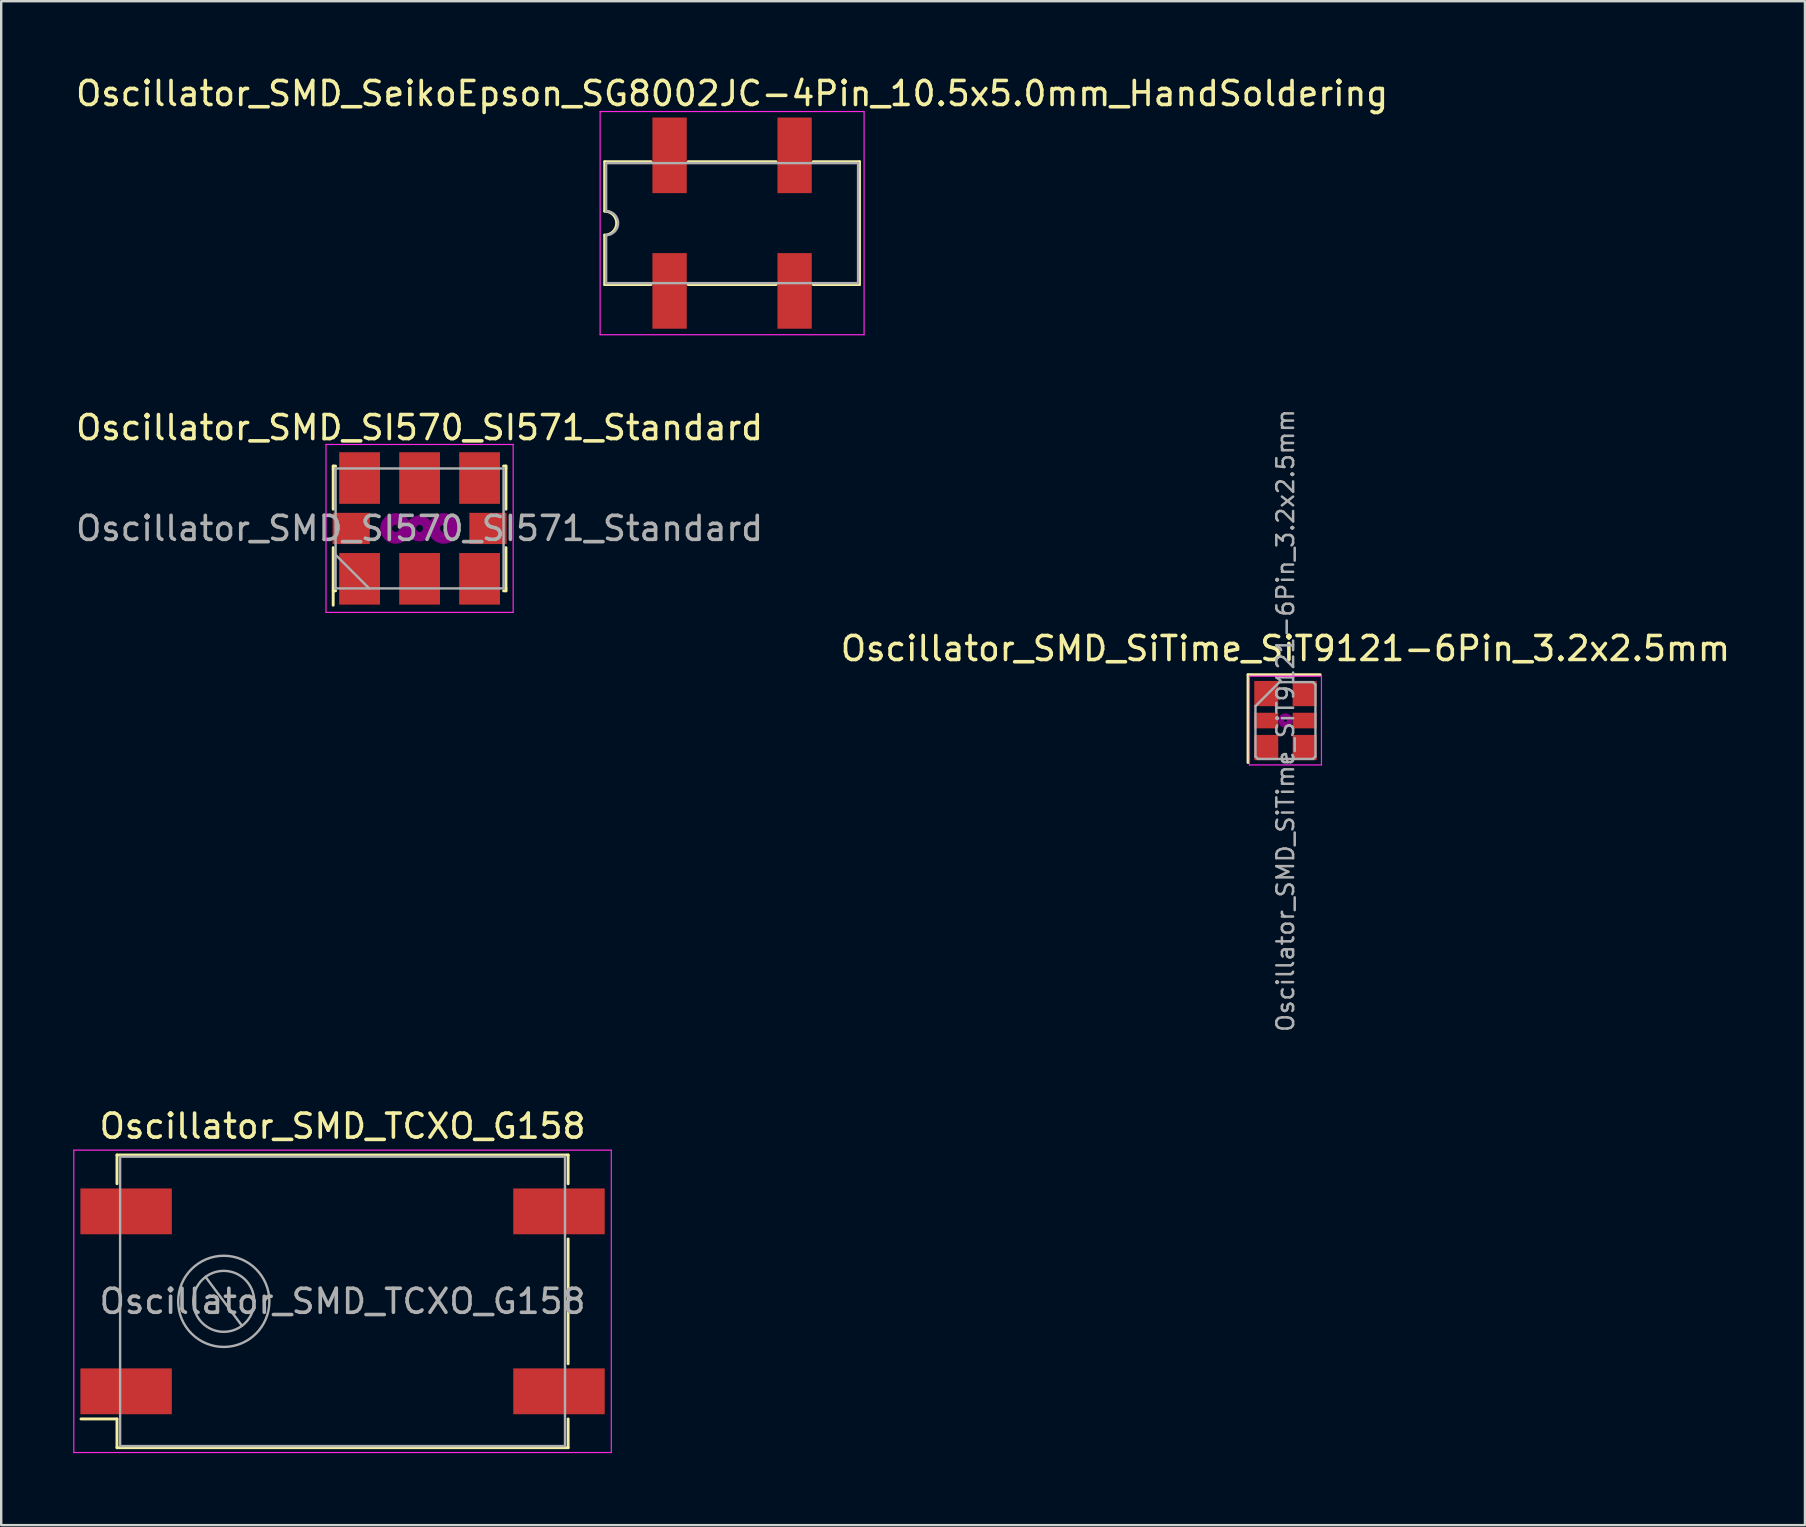
<source format=kicad_pcb>
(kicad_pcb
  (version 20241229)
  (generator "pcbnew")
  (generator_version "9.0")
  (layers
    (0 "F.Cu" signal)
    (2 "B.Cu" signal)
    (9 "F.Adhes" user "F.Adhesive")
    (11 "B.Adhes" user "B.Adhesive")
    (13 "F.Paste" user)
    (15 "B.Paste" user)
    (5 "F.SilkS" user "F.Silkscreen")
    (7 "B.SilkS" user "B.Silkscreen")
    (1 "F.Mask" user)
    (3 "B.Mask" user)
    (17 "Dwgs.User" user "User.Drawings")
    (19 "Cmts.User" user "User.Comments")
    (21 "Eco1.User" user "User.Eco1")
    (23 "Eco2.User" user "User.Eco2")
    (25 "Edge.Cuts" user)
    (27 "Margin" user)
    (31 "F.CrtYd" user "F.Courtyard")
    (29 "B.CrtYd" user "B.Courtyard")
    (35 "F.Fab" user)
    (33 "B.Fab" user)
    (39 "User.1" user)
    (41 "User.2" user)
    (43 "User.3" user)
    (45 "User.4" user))
  (footprint "Oscillator_SMD_TCXO_G158"
    (layer "F.Cu")
    (at 11.225 51.18)
    (property "Reference" "Oscillator_SMD_TCXO_G158" (at 0 -7.3 0) (layer "F.SilkS") (effects (font (size 1 1) (thickness 0.15))))
    (attr smd)
    (fp_line (start -10.9 4.9) (end -9.4 4.9) (stroke (width 0.12) (type solid)) (layer "F.SilkS"))
    (fp_line (start -9.4 -6.1) (end -9.4 -4.9) (stroke (width 0.12) (type solid)) (layer "F.SilkS"))
    (fp_line (start -9.4 4.9) (end -9.4 6.1) (stroke (width 0.12) (type solid)) (layer "F.SilkS"))
    (fp_line (start -9.4 6.1) (end 9.4 6.1) (stroke (width 0.12) (type solid)) (layer "F.SilkS"))
    (fp_line (start 9.4 -6.1) (end -9.4 -6.1) (stroke (width 0.12) (type solid)) (layer "F.SilkS"))
    (fp_line (start 9.4 -4.9) (end 9.4 -6.1) (stroke (width 0.12) (type solid)) (layer "F.SilkS"))
    (fp_line (start 9.4 2.6) (end 9.4 -2.6) (stroke (width 0.12) (type solid)) (layer "F.SilkS"))
    (fp_line (start 9.4 6.1) (end 9.4 4.9) (stroke (width 0.12) (type solid)) (layer "F.SilkS"))
    (fp_line (start -11.2 -6.3) (end -11.2 6.3) (stroke (width 0.05) (type solid)) (layer "F.CrtYd"))
    (fp_line (start -11.2 6.3) (end 11.2 6.3) (stroke (width 0.05) (type solid)) (layer "F.CrtYd"))
    (fp_line (start 11.2 -6.3) (end -11.2 -6.3) (stroke (width 0.05) (type solid)) (layer "F.CrtYd"))
    (fp_line (start 11.2 6.3) (end 11.2 -6.3) (stroke (width 0.05) (type solid)) (layer "F.CrtYd"))
    (fp_line (start -9.27 -6.03) (end 9.27 -6.03) (stroke (width 0.1) (type solid)) (layer "F.Fab"))
    (fp_line (start -9.27 5.97) (end -9.27 -5.97) (stroke (width 0.1) (type solid)) (layer "F.Fab"))
    (fp_line (start -5.71 -1.02) (end -4.19 1.02) (stroke (width 0.1) (type solid)) (layer "F.Fab"))
    (fp_line (start 9.27 -5.97) (end 9.27 5.97) (stroke (width 0.1) (type solid)) (layer "F.Fab"))
    (fp_line (start 9.27 6.03) (end -9.27 6.03) (stroke (width 0.1) (type solid)) (layer "F.Fab"))
    (fp_circle (center -4.95 0) (end -3.68 0) (stroke (width 0.1) (type solid)) (fill no) (layer "F.Fab"))
    (fp_circle (center -4.95 0) (end -3.05 0) (stroke (width 0.1) (type solid)) (fill no) (layer "F.Fab"))
    (fp_text user "${REFERENCE}" (at 0 0 0) (layer "F.Fab") (effects (font (size 1 1) (thickness 0.15))))
    (pad "1" smd rect (at -9.02 3.75) (size 3.81 1.91) (layers "F.Cu" "F.Mask" "F.Paste"))
    (pad "2" smd rect (at 9.02 3.75) (size 3.81 1.91) (layers "F.Cu" "F.Mask" "F.Paste"))
    (pad "3" smd rect (at 9.02 -3.75) (size 3.81 1.91) (layers "F.Cu" "F.Mask" "F.Paste"))
    (pad "4" smd rect (at -9.02 -3.75) (size 3.81 1.91) (layers "F.Cu" "F.Mask" "F.Paste")))
  (footprint "Oscillator_SMD_SeikoEpson_SG8002JC-4Pin_10.5x5.0mm_HandSoldering"
    (layer "F.Cu")
    (at 27.458 6.248)
    (property "Reference" "Oscillator_SMD_SeikoEpson_SG8002JC-4Pin_10.5x5.0mm_HandSoldering" (at 0 -5.4 0) (layer "F.SilkS") (effects (font (size 1 1) (thickness 0.15))))
    (attr smd)
    (fp_line (start -5.31 -2.56) (end -3.38 -2.56) (stroke (width 0.12) (type solid)) (layer "F.SilkS"))
    (fp_line (start -5.31 -0.5) (end -5.31 -2.56) (stroke (width 0.12) (type solid)) (layer "F.SilkS"))
    (fp_line (start -5.31 2.56) (end -5.31 0.5) (stroke (width 0.12) (type solid)) (layer "F.SilkS"))
    (fp_line (start -5.31 2.56) (end -3.38 2.56) (stroke (width 0.12) (type solid)) (layer "F.SilkS"))
    (fp_line (start -1.83 -2.56) (end 1.83 -2.56) (stroke (width 0.12) (type solid)) (layer "F.SilkS"))
    (fp_line (start 1.83 2.56) (end -1.83 2.56) (stroke (width 0.12) (type solid)) (layer "F.SilkS"))
    (fp_line (start 3.38 -2.56) (end 5.31 -2.56) (stroke (width 0.12) (type solid)) (layer "F.SilkS"))
    (fp_line (start 5.31 -2.56) (end 5.31 2.56) (stroke (width 0.12) (type solid)) (layer "F.SilkS"))
    (fp_line (start 5.31 2.56) (end 3.38 2.56) (stroke (width 0.12) (type solid)) (layer "F.SilkS"))
    (fp_arc (start -5.31 -0.5) (mid -4.81 0) (end -5.31 0.5) (stroke (width 0.12) (type solid)) (layer "F.SilkS"))
    (fp_line (start -5.5 -4.65) (end -5.5 4.65) (stroke (width 0.05) (type solid)) (layer "F.CrtYd"))
    (fp_line (start -5.5 4.65) (end 5.5 4.65) (stroke (width 0.05) (type solid)) (layer "F.CrtYd"))
    (fp_line (start 5.5 -4.65) (end -5.5 -4.65) (stroke (width 0.05) (type solid)) (layer "F.CrtYd"))
    (fp_line (start 5.5 4.65) (end 5.5 -4.65) (stroke (width 0.05) (type solid)) (layer "F.CrtYd"))
    (fp_line (start -5.25 -2.5) (end 5.25 -2.5) (stroke (width 0.1) (type solid)) (layer "F.Fab"))
    (fp_line (start -5.25 -0.5) (end -5.25 -2.5) (stroke (width 0.1) (type solid)) (layer "F.Fab"))
    (fp_line (start -5.25 2.5) (end -5.25 0.5) (stroke (width 0.1) (type solid)) (layer "F.Fab"))
    (fp_line (start 5.25 -2.5) (end 5.25 2.5) (stroke (width 0.1) (type solid)) (layer "F.Fab"))
    (fp_line (start 5.25 2.5) (end -5.25 2.5) (stroke (width 0.1) (type solid)) (layer "F.Fab"))
    (fp_arc (start -5.25 -0.5) (mid -4.75 0) (end -5.25 0.5) (stroke (width 0.1) (type solid)) (layer "F.Fab"))
    (pad "1" smd rect (at -2.605 2.825) (size 1.43 3.15) (layers "F.Cu" "F.Mask"))
    (pad "2" smd rect (at 2.605 2.825) (size 1.43 3.15) (layers "F.Cu" "F.Mask"))
    (pad "3" smd rect (at 2.605 -2.825) (size 1.43 3.15) (layers "F.Cu" "F.Mask"))
    (pad "4" smd rect (at -2.605 -2.825) (size 1.43 3.15) (layers "F.Cu" "F.Mask")))
  (footprint "Oscillator_SMD_SI570_SI571_Standard"
    (layer "F.Cu")
    (at 14.435 18.971)
    (property "Reference" "Oscillator_SMD_SI570_SI571_Standard" (at 0 -4.2 0) (layer "F.SilkS") (effects (font (size 1 1) (thickness 0.15))))
    (attr smd)
    (fp_line (start -3.6 -2.6) (end -3.5 -2.6) (stroke (width 0.12) (type solid)) (layer "F.SilkS"))
    (fp_line (start -3.6 -2.5) (end -3.6 -2.6) (stroke (width 0.12) (type solid)) (layer "F.SilkS"))
    (fp_line (start -3.6 -2.5) (end -3.6 -0.8) (stroke (width 0.12) (type solid)) (layer "F.SilkS"))
    (fp_line (start -3.6 0.8) (end -3.6 3.2) (stroke (width 0.12) (type solid)) (layer "F.SilkS"))
    (fp_line (start -3.6 2.6) (end -3.5 2.6) (stroke (width 0.12) (type solid)) (layer "F.SilkS"))
    (fp_line (start 3.6 -2.6) (end 3.5 -2.6) (stroke (width 0.12) (type solid)) (layer "F.SilkS"))
    (fp_line (start 3.6 -2.5) (end 3.6 -2.6) (stroke (width 0.12) (type solid)) (layer "F.SilkS"))
    (fp_line (start 3.6 -0.8) (end 3.6 -2.5) (stroke (width 0.12) (type solid)) (layer "F.SilkS"))
    (fp_line (start 3.6 2.5) (end 3.6 0.8) (stroke (width 0.12) (type solid)) (layer "F.SilkS"))
    (fp_line (start 3.6 2.5) (end 3.6 2.6) (stroke (width 0.12) (type solid)) (layer "F.SilkS"))
    (fp_line (start 3.6 2.6) (end 3.5 2.6) (stroke (width 0.12) (type solid)) (layer "F.SilkS"))
    (fp_circle (center -1 0) (end -0.85 0) (stroke (width 0.38) (type solid)) (fill no) (layer "F.Adhes"))
    (fp_circle (center -1 0) (end -0.55 0) (stroke (width 0.38) (type solid)) (fill no) (layer "F.Adhes"))
    (fp_circle (center 0 0) (end 0.15 0) (stroke (width 0.38) (type solid)) (fill no) (layer "F.Adhes"))
    (fp_circle (center 0 0) (end 0.35 0) (stroke (width 0.38) (type solid)) (fill no) (layer "F.Adhes"))
    (fp_circle (center 1 0) (end 0.55 0) (stroke (width 0.38) (type solid)) (fill no) (layer "F.Adhes"))
    (fp_circle (center 1 0) (end 0.85 0) (stroke (width 0.38) (type solid)) (fill no) (layer "F.Adhes"))
    (fp_line (start -3.9 -3.5) (end 3.9 -3.5) (stroke (width 0.05) (type solid)) (layer "F.CrtYd"))
    (fp_line (start -3.9 3.5) (end -3.9 -3.5) (stroke (width 0.05) (type solid)) (layer "F.CrtYd"))
    (fp_line (start 3.9 -3.5) (end 3.9 3.5) (stroke (width 0.05) (type solid)) (layer "F.CrtYd"))
    (fp_line (start 3.9 3.5) (end -3.9 3.5) (stroke (width 0.05) (type solid)) (layer "F.CrtYd"))
    (fp_line (start -3.5 -2.5) (end -3.5 2.5) (stroke (width 0.1) (type solid)) (layer "F.Fab"))
    (fp_line (start -3.5 1.1) (end -2.1 2.5) (stroke (width 0.1) (type solid)) (layer "F.Fab"))
    (fp_line (start -3.5 2.5) (end 3.5 2.5) (stroke (width 0.1) (type solid)) (layer "F.Fab"))
    (fp_line (start 3.5 -2.5) (end -3.5 -2.5) (stroke (width 0.1) (type solid)) (layer "F.Fab"))
    (fp_line (start 3.5 2.5) (end 3.5 -2.5) (stroke (width 0.1) (type solid)) (layer "F.Fab"))
    (fp_text user "${REFERENCE}" (at 0 0 0) (layer "F.Fab") (effects (font (size 1 1) (thickness 0.15))))
    (pad "1" smd rect (at -2.5 2.1) (size 1.7 2.15) (layers "F.Cu" "F.Mask" "F.Paste"))
    (pad "2" smd rect (at 0 2.1) (size 1.7 2.15) (layers "F.Cu" "F.Mask" "F.Paste"))
    (pad "3" smd rect (at 2.5 2.1) (size 1.7 2.15) (layers "F.Cu" "F.Mask" "F.Paste"))
    (pad "4" smd rect (at 2.5 -2.1) (size 1.7 2.15) (layers "F.Cu" "F.Mask" "F.Paste"))
    (pad "5" smd rect (at 0 -2.1) (size 1.7 2.15) (layers "F.Cu" "F.Mask" "F.Paste"))
    (pad "6" smd rect (at -2.5 -2.1) (size 1.7 2.15) (layers "F.Cu" "F.Mask" "F.Paste"))
    (pad "7" smd rect (at -2.85 0) (size 1.55 1.3) (layers "F.Cu" "F.Mask" "F.Paste"))
    (pad "8" smd rect (at 2.85 0) (size 1.55 1.3) (layers "F.Cu" "F.Mask" "F.Paste")))
  (footprint "Oscillator_SMD_SiTime_SiT9121-6Pin_3.2x2.5mm"
    (layer "F.Cu")
    (at 50.518 26.977)
    (property "Reference" "Oscillator_SMD_SiTime_SiT9121-6Pin_3.2x2.5mm" (at 0 -3 0) (layer "F.SilkS") (effects (font (size 1 1) (thickness 0.15))))
    (attr smd)
    (fp_line (start -1.56 -1.91) (end -1.56 1.75) (stroke (width 0.12) (type solid)) (layer "F.SilkS"))
    (fp_line (start 1.45 -1.91) (end -1.56 -1.91) (stroke (width 0.12) (type solid)) (layer "F.SilkS"))
    (fp_circle (center 0 0) (end 0 0.058) (stroke (width 0.117) (type solid)) (fill no) (layer "F.Adhes"))
    (fp_circle (center 0 0) (end 0 0.133) (stroke (width 0.083) (type solid)) (fill no) (layer "F.Adhes"))
    (fp_circle (center 0 0) (end 0 0.208) (stroke (width 0.083) (type solid)) (fill no) (layer "F.Adhes"))
    (fp_circle (center 0 0) (end 0 0.25) (stroke (width 0.1) (type solid)) (fill no) (layer "F.Adhes"))
    (fp_line (start -1.5 -1.85) (end -1.5 1.85) (stroke (width 0.05) (type solid)) (layer "F.CrtYd"))
    (fp_line (start -1.5 1.85) (end 1.5 1.85) (stroke (width 0.05) (type solid)) (layer "F.CrtYd"))
    (fp_line (start 1.5 -1.85) (end -1.5 -1.85) (stroke (width 0.05) (type solid)) (layer "F.CrtYd"))
    (fp_line (start 1.5 1.85) (end 1.5 -1.85) (stroke (width 0.05) (type solid)) (layer "F.CrtYd"))
    (fp_line (start -1.25 1.5) (end -1.25 -0.6) (stroke (width 0.1) (type solid)) (layer "F.Fab"))
    (fp_line (start -1.15 1.6) (end -1.25 1.5) (stroke (width 0.1) (type solid)) (layer "F.Fab"))
    (fp_line (start -0.25 -1.6) (end -1.25 -0.6) (stroke (width 0.1) (type solid)) (layer "F.Fab"))
    (fp_line (start -0.25 -1.6) (end 1.15 -1.6) (stroke (width 0.1) (type solid)) (layer "F.Fab"))
    (fp_line (start 1.15 -1.6) (end 1.25 -1.5) (stroke (width 0.1) (type solid)) (layer "F.Fab"))
    (fp_line (start 1.15 1.6) (end -1.15 1.6) (stroke (width 0.1) (type solid)) (layer "F.Fab"))
    (fp_line (start 1.25 -1.5) (end 1.25 1.5) (stroke (width 0.1) (type solid)) (layer "F.Fab"))
    (fp_line (start 1.25 1.5) (end 1.15 1.6) (stroke (width 0.1) (type solid)) (layer "F.Fab"))
    (fp_text user "${REFERENCE}" (at 0 0 270) (layer "F.Fab") (effects (font (size 0.7 0.7) (thickness 0.105))))
    (pad "1" smd rect (at -0.8 -1.125) (size 1 1.05) (layers "F.Cu" "F.Mask" "F.Paste"))
    (pad "2" smd rect (at -0.8 0) (size 1 0.65) (layers "F.Cu" "F.Mask" "F.Paste"))
    (pad "3" smd rect (at -0.8 1.125) (size 1 1.05) (layers "F.Cu" "F.Mask" "F.Paste"))
    (pad "4" smd rect (at 0.8 1.125) (size 1 1.05) (layers "F.Cu" "F.Mask" "F.Paste"))
    (pad "5" smd rect (at 0.8 0) (size 1 0.65) (layers "F.Cu" "F.Mask" "F.Paste"))
    (pad "6" smd rect (at 0.8 -1.125) (size 1 1.05) (layers "F.Cu" "F.Mask" "F.Paste")))
  (gr_rect
    (start -3 -3)
    (end 72.167 60.505)
    (stroke (width 0.1) (type default))
    (fill no)
    (layer "Edge.Cuts")))
</source>
